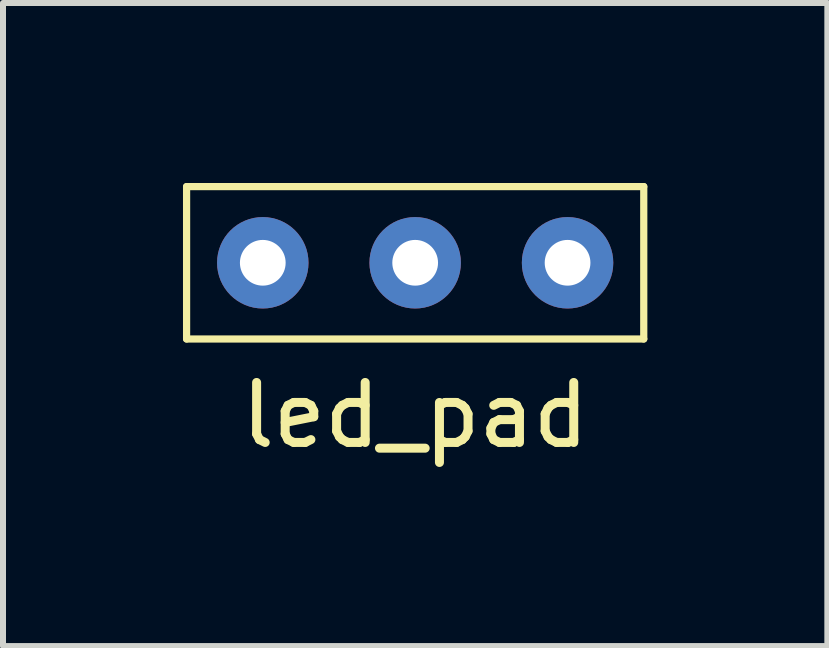
<source format=kicad_pcb>
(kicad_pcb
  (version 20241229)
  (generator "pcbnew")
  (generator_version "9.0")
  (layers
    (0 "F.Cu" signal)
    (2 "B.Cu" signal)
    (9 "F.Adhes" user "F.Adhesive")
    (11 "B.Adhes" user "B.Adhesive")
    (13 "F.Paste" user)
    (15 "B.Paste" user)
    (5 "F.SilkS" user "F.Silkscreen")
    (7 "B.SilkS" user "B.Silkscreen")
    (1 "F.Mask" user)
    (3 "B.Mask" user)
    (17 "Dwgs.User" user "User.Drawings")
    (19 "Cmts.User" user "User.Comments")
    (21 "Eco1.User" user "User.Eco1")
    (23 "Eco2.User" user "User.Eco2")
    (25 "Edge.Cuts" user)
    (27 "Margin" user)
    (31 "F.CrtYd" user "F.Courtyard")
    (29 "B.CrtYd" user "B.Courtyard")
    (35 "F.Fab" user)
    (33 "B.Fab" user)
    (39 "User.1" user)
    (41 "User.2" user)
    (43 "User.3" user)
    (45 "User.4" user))
  (footprint "led_pad"
    (layer "F.Cu")
    (at 3.87 1.33)
    (property "Reference" "led_pad" (at 0 2.54 0) (layer "F.SilkS") (effects (font (size 1 1) (thickness 0.15))))
    (attr through_hole)
    (fp_line (start -3.81 -1.27) (end 3.81 -1.27) (stroke (width 0.12) (type solid)) (layer "F.SilkS"))
    (fp_line (start -3.81 1.27) (end -3.81 -1.27) (stroke (width 0.12) (type solid)) (layer "F.SilkS"))
    (fp_line (start 3.81 -1.27) (end 3.81 1.27) (stroke (width 0.12) (type solid)) (layer "F.SilkS"))
    (fp_line (start 3.81 1.27) (end -3.81 1.27) (stroke (width 0.12) (type solid)) (layer "F.SilkS"))
    (pad "1" thru_hole circle (at -2.54 0) (size 1.524 1.524) (drill 0.762) (layers "*.Cu" "*.Mask"))
    (pad "2" thru_hole circle (at 0 0) (size 1.524 1.524) (drill 0.762) (layers "*.Cu" "*.Mask"))
    (pad "3" thru_hole circle (at 2.54 0) (size 1.524 1.524) (drill 0.762) (layers "*.Cu" "*.Mask")))
  (gr_rect
    (start -3 -3)
    (end 10.74 7.718)
    (stroke (width 0.1) (type default))
    (fill no)
    (layer "Edge.Cuts")))
</source>
